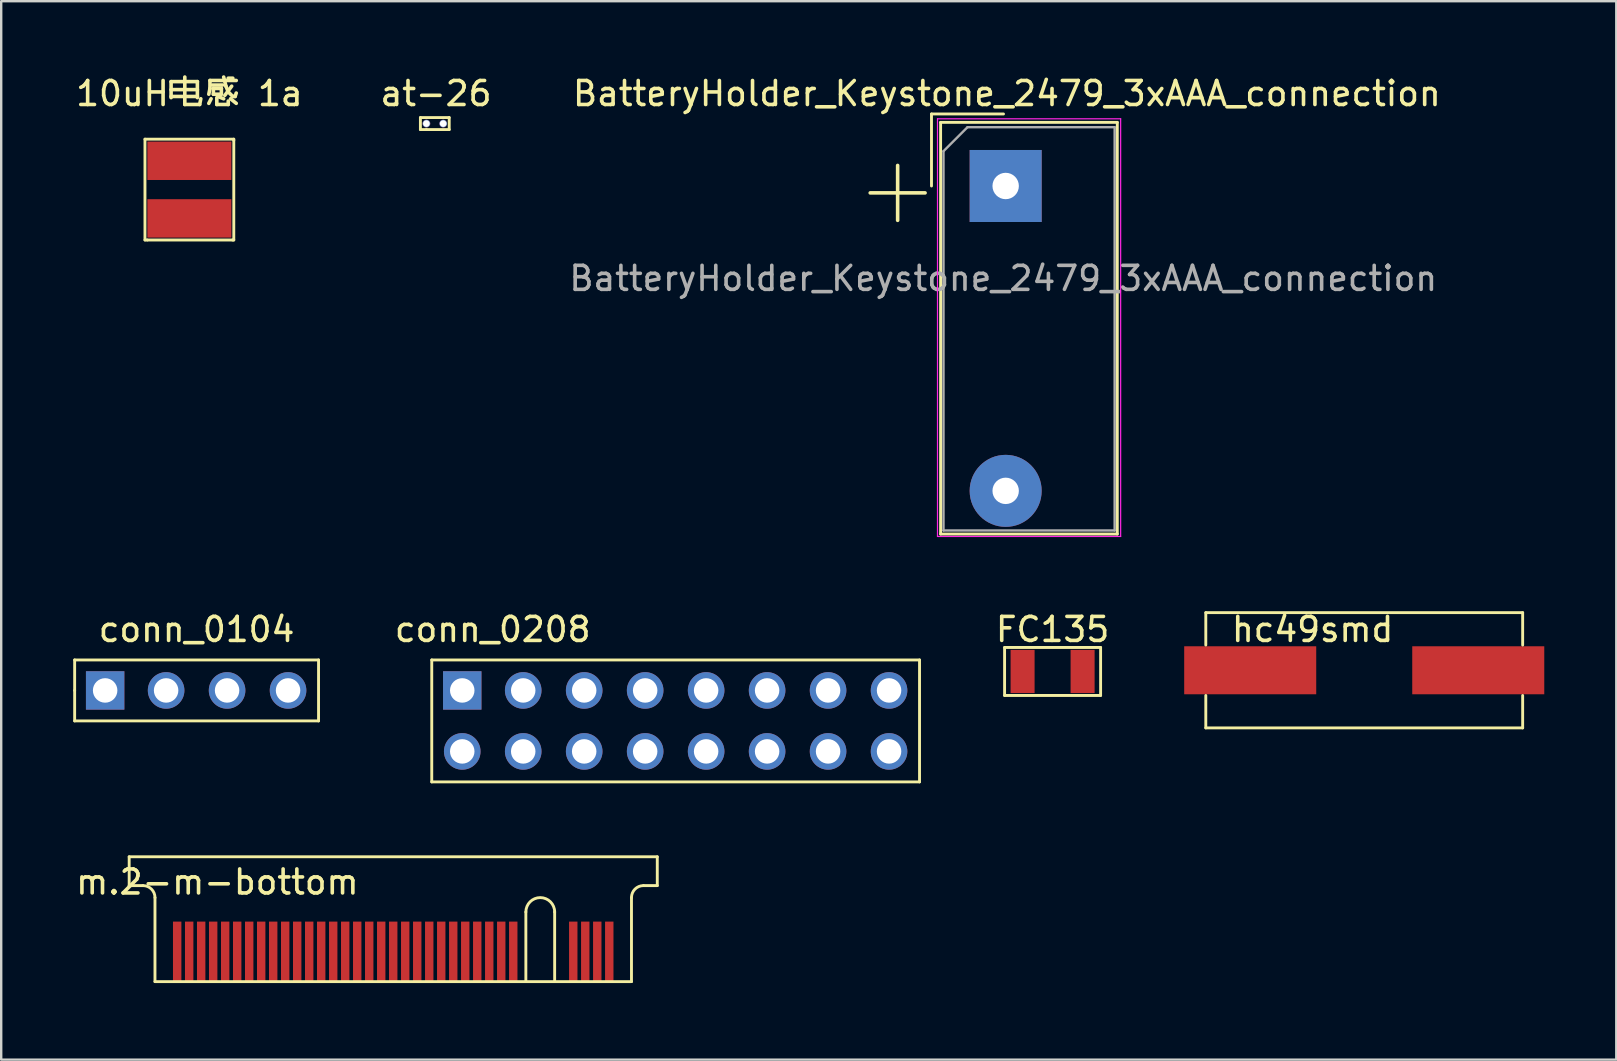
<source format=kicad_pcb>
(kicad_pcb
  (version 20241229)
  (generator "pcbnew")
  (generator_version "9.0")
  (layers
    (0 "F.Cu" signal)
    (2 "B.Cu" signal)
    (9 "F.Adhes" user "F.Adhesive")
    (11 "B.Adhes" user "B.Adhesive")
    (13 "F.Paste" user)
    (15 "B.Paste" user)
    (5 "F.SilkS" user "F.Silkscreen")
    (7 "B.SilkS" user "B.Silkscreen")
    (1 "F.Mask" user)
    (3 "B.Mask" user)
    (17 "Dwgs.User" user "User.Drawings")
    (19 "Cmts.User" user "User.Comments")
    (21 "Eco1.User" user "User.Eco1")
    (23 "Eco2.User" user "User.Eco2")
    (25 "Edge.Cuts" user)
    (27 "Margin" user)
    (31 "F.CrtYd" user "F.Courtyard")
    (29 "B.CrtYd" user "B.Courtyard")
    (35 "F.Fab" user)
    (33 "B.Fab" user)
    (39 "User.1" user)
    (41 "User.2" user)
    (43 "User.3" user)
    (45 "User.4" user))
  (footprint "conn_0208"
    (layer "F.Cu")
    (at 16.206 26.982)
    (property "Reference" "conn_0208" (at 1.27 -3.81 0) (layer "F.SilkS") (effects (font (size 1 1) (thickness 0.15))))
    (attr through_hole)
    (fp_line (start -1.27 -2.54) (end -1.27 2.54) (stroke (width 0.12) (type solid)) (layer "F.SilkS"))
    (fp_line (start -1.27 2.54) (end 19.05 2.54) (stroke (width 0.12) (type solid)) (layer "F.SilkS"))
    (fp_line (start 19.05 -2.54) (end -1.27 -2.54) (stroke (width 0.12) (type solid)) (layer "F.SilkS"))
    (fp_line (start 19.05 2.54) (end 19.05 -2.54) (stroke (width 0.12) (type solid)) (layer "F.SilkS"))
    (pad "1" thru_hole rect (at 0 -1.27) (size 1.6 1.6) (drill 1.02) (layers "*.Cu" "*.Mask"))
    (pad "2" thru_hole circle (at 0 1.27) (size 1.524 1.524) (drill 1.02) (layers "*.Cu" "*.Mask"))
    (pad "3" thru_hole circle (at 2.54 -1.27) (size 1.524 1.524) (drill 1.02) (layers "*.Cu" "*.Mask"))
    (pad "4" thru_hole circle (at 2.54 1.27) (size 1.524 1.524) (drill 1.02) (layers "*.Cu" "*.Mask"))
    (pad "5" thru_hole circle (at 5.08 -1.27) (size 1.524 1.524) (drill 1.02) (layers "*.Cu" "*.Mask"))
    (pad "6" thru_hole circle (at 5.08 1.27) (size 1.524 1.524) (drill 1.02) (layers "*.Cu" "*.Mask"))
    (pad "7" thru_hole circle (at 7.62 -1.27) (size 1.524 1.524) (drill 1.02) (layers "*.Cu" "*.Mask"))
    (pad "8" thru_hole circle (at 7.62 1.27) (size 1.524 1.524) (drill 1.02) (layers "*.Cu" "*.Mask"))
    (pad "9" thru_hole circle (at 10.16 -1.27) (size 1.524 1.524) (drill 1.02) (layers "*.Cu" "*.Mask"))
    (pad "10" thru_hole circle (at 10.16 1.27) (size 1.524 1.524) (drill 1.02) (layers "*.Cu" "*.Mask"))
    (pad "11" thru_hole circle (at 12.7 -1.27) (size 1.524 1.524) (drill 1.02) (layers "*.Cu" "*.Mask"))
    (pad "12" thru_hole circle (at 12.7 1.27) (size 1.524 1.524) (drill 1.02) (layers "*.Cu" "*.Mask"))
    (pad "13" thru_hole circle (at 15.24 -1.27) (size 1.524 1.524) (drill 1.02) (layers "*.Cu" "*.Mask"))
    (pad "14" thru_hole circle (at 15.24 1.27) (size 1.524 1.524) (drill 1.02) (layers "*.Cu" "*.Mask"))
    (pad "15" thru_hole circle (at 17.78 -1.27) (size 1.524 1.524) (drill 1.02) (layers "*.Cu" "*.Mask"))
    (pad "16" thru_hole circle (at 17.78 1.27) (size 1.524 1.524) (drill 1.02) (layers "*.Cu" "*.Mask")))
  (footprint "m.2-m-bottom"
    (layer "F.Cu")
    (at 3.406 37.842)
    (property "Reference" "m.2-m-bottom" (at 2.6 -4.15 0) (layer "F.SilkS") (effects (font (size 1 1) (thickness 0.15))))
    (attr through_hole)
    (fp_line (start -1.075 -5.2) (end 20.925 -5.2) (stroke (width 0.12) (type solid)) (layer "F.SilkS"))
    (fp_line (start -1.075 -4) (end -1.075 -5.2) (stroke (width 0.12) (type solid)) (layer "F.SilkS"))
    (fp_line (start -0.5 -4) (end -1.075 -4) (stroke (width 0.12) (type solid)) (layer "F.SilkS"))
    (fp_line (start 0 0) (end 0 -3.5) (stroke (width 0.12) (type solid)) (layer "F.SilkS"))
    (fp_line (start 0 0) (end 19.85 0) (stroke (width 0.12) (type solid)) (layer "F.SilkS"))
    (fp_line (start 15.45 -2.9) (end 15.45 0) (stroke (width 0.12) (type solid)) (layer "F.SilkS"))
    (fp_line (start 16.65 -2.9) (end 16.65 0) (stroke (width 0.12) (type solid)) (layer "F.SilkS"))
    (fp_line (start 19.85 0) (end 19.85 -3.5) (stroke (width 0.12) (type solid)) (layer "F.SilkS"))
    (fp_line (start 20.35 -4) (end 20.925 -4) (stroke (width 0.12) (type solid)) (layer "F.SilkS"))
    (fp_line (start 20.925 -4) (end 20.925 -5.2) (stroke (width 0.12) (type solid)) (layer "F.SilkS"))
    (fp_arc (start -0.5 -4) (mid -0.146447 -3.853553) (end 0 -3.5) (stroke (width 0.12) (type solid)) (layer "F.SilkS"))
    (fp_arc (start 15.45 -2.9) (mid 16.05 -3.5) (end 16.65 -2.9) (stroke (width 0.12) (type solid)) (layer "F.SilkS"))
    (fp_arc (start 19.85 -3.5) (mid 19.996447 -3.853553) (end 20.35 -4) (stroke (width 0.12) (type solid)) (layer "F.SilkS"))
    (pad "2" smd rect (at 0.925 -1.25) (size 0.35 2.5) (layers "F.Cu" "F.Mask" "F.Paste"))
    (pad "4" smd rect (at 1.425 -1.25) (size 0.35 2.5) (layers "F.Cu" "F.Mask" "F.Paste"))
    (pad "6" smd rect (at 1.925 -1.25) (size 0.35 2.5) (layers "F.Cu" "F.Mask" "F.Paste"))
    (pad "8" smd rect (at 2.425 -1.25) (size 0.35 2.5) (layers "F.Cu" "F.Mask" "F.Paste"))
    (pad "10" smd rect (at 2.925 -1.25) (size 0.35 2.5) (layers "F.Cu" "F.Mask" "F.Paste"))
    (pad "12" smd rect (at 3.425 -1.25) (size 0.35 2.5) (layers "F.Cu" "F.Mask" "F.Paste"))
    (pad "14" smd rect (at 3.925 -1.25) (size 0.35 2.5) (layers "F.Cu" "F.Mask" "F.Paste"))
    (pad "16" smd rect (at 4.425 -1.25) (size 0.35 2.5) (layers "F.Cu" "F.Mask" "F.Paste"))
    (pad "18" smd rect (at 4.925 -1.25) (size 0.35 2.5) (layers "F.Cu" "F.Mask" "F.Paste"))
    (pad "20" smd rect (at 5.425 -1.25) (size 0.35 2.5) (layers "F.Cu" "F.Mask" "F.Paste"))
    (pad "22" smd rect (at 5.925 -1.25) (size 0.35 2.5) (layers "F.Cu" "F.Mask" "F.Paste"))
    (pad "24" smd rect (at 6.425 -1.25) (size 0.35 2.5) (layers "F.Cu" "F.Mask" "F.Paste"))
    (pad "26" smd rect (at 6.925 -1.25) (size 0.35 2.5) (layers "F.Cu" "F.Mask" "F.Paste"))
    (pad "28" smd rect (at 7.425 -1.25) (size 0.35 2.5) (layers "F.Cu" "F.Mask" "F.Paste"))
    (pad "30" smd rect (at 7.925 -1.25) (size 0.35 2.5) (layers "F.Cu" "F.Mask" "F.Paste"))
    (pad "32" smd rect (at 8.425 -1.25) (size 0.35 2.5) (layers "F.Cu" "F.Mask" "F.Paste"))
    (pad "34" smd rect (at 8.925 -1.25) (size 0.35 2.5) (layers "F.Cu" "F.Mask" "F.Paste"))
    (pad "36" smd rect (at 9.425 -1.25) (size 0.35 2.5) (layers "F.Cu" "F.Mask" "F.Paste"))
    (pad "38" smd rect (at 9.925 -1.25) (size 0.35 2.5) (layers "F.Cu" "F.Mask" "F.Paste"))
    (pad "40" smd rect (at 10.425 -1.25) (size 0.35 2.5) (layers "F.Cu" "F.Mask" "F.Paste"))
    (pad "42" smd rect (at 10.925 -1.25) (size 0.35 2.5) (layers "F.Cu" "F.Mask" "F.Paste"))
    (pad "44" smd rect (at 11.425 -1.25) (size 0.35 2.5) (layers "F.Cu" "F.Mask" "F.Paste"))
    (pad "46" smd rect (at 11.925 -1.25) (size 0.35 2.5) (layers "F.Cu" "F.Mask" "F.Paste"))
    (pad "48" smd rect (at 12.425 -1.25) (size 0.35 2.5) (layers "F.Cu" "F.Mask" "F.Paste"))
    (pad "50" smd rect (at 12.925 -1.25) (size 0.35 2.5) (layers "F.Cu" "F.Mask" "F.Paste"))
    (pad "52" smd rect (at 13.425 -1.25) (size 0.35 2.5) (layers "F.Cu" "F.Mask" "F.Paste"))
    (pad "54" smd rect (at 13.925 -1.25) (size 0.35 2.5) (layers "F.Cu" "F.Mask" "F.Paste"))
    (pad "56" smd rect (at 14.425 -1.25) (size 0.35 2.5) (layers "F.Cu" "F.Mask" "F.Paste"))
    (pad "58" smd rect (at 14.925 -1.25) (size 0.35 2.5) (layers "F.Cu" "F.Mask" "F.Paste"))
    (pad "68" smd rect (at 17.425 -1.25) (size 0.35 2.5) (layers "F.Cu" "F.Mask" "F.Paste"))
    (pad "70" smd rect (at 17.925 -1.25) (size 0.35 2.5) (layers "F.Cu" "F.Mask" "F.Paste"))
    (pad "72" smd rect (at 18.425 -1.25) (size 0.35 2.5) (layers "F.Cu" "F.Mask" "F.Paste"))
    (pad "74" smd rect (at 18.925 -1.25) (size 0.35 2.5) (layers "F.Cu" "F.Mask" "F.Paste")))
  (footprint "at-26"
    (layer "F.Cu")
    (at 14.713 2.098)
    (property "Reference" "at-26" (at 0.4 -1.25 0) (layer "F.SilkS") (effects (font (size 1 1) (thickness 0.15))))
    (attr through_hole)
    (fp_line (start -0.25 -0.25) (end 0.95 -0.25) (stroke (width 0.12) (type solid)) (layer "F.SilkS"))
    (fp_line (start -0.25 0.25) (end -0.25 -0.25) (stroke (width 0.12) (type solid)) (layer "F.SilkS"))
    (fp_line (start 0 0.25) (end -0.25 0.25) (stroke (width 0.12) (type solid)) (layer "F.SilkS"))
    (fp_line (start 0 0.25) (end 0.95 0.25) (stroke (width 0.12) (type solid)) (layer "F.SilkS"))
    (fp_line (start 0.95 0.25) (end 0.95 -0.25) (stroke (width 0.12) (type solid)) (layer "F.SilkS"))
    (pad "1" thru_hole circle (at 0 0) (size 0.32 0.32) (drill 0.28) (layers "*.Cu" "*.Mask"))
    (pad "2" thru_hole circle (at 0.7 0) (size 0.32 0.32) (drill 0.28) (layers "*.Cu" "*.Mask")))
  (footprint "conn_0104"
    (layer "F.Cu")
    (at 5.14 25.712)
    (property "Reference" "conn_0104" (at 0 -2.54 0) (layer "F.SilkS") (effects (font (size 1 1) (thickness 0.15))))
    (attr through_hole)
    (fp_line (start -5.08 -1.27) (end 5.08 -1.27) (stroke (width 0.12) (type solid)) (layer "F.SilkS"))
    (fp_line (start -5.08 0) (end -5.08 -1.27) (stroke (width 0.12) (type solid)) (layer "F.SilkS"))
    (fp_line (start -5.08 1.27) (end -5.08 0) (stroke (width 0.12) (type solid)) (layer "F.SilkS"))
    (fp_line (start 5.08 -1.27) (end 5.08 1.27) (stroke (width 0.12) (type solid)) (layer "F.SilkS"))
    (fp_line (start 5.08 1.27) (end -5.08 1.27) (stroke (width 0.12) (type solid)) (layer "F.SilkS"))
    (pad "1" thru_hole rect (at -3.81 0) (size 1.6 1.6) (drill 1.02) (layers "*.Cu" "*.Mask"))
    (pad "2" thru_hole circle (at -1.27 0) (size 1.524 1.524) (drill 1.02) (layers "*.Cu" "*.Mask"))
    (pad "3" thru_hole circle (at 1.27 0) (size 1.524 1.524) (drill 1.02) (layers "*.Cu" "*.Mask"))
    (pad "4" thru_hole circle (at 3.81 0) (size 1.524 1.524) (drill 1.02) (layers "*.Cu" "*.Mask")))
  (footprint "hc49smd"
    (layer "F.Cu")
    (at 53.781 24.872)
    (property "Reference" "hc49smd" (at -2.15 -1.7 0) (layer "F.SilkS") (effects (font (size 1 1) (thickness 0.15))))
    (attr through_hole)
    (fp_line (start -6.6 -2.4) (end -6.6 -1.05) (stroke (width 0.12) (type solid)) (layer "F.SilkS"))
    (fp_line (start -6.6 2.4) (end -6.6 1.05) (stroke (width 0.12) (type solid)) (layer "F.SilkS"))
    (fp_line (start -6.6 2.4) (end 6.6 2.4) (stroke (width 0.12) (type solid)) (layer "F.SilkS"))
    (fp_line (start 6.6 -2.4) (end -6.6 -2.4) (stroke (width 0.12) (type solid)) (layer "F.SilkS"))
    (fp_line (start 6.6 -2.4) (end 6.6 -1.05) (stroke (width 0.12) (type solid)) (layer "F.SilkS"))
    (fp_line (start 6.6 2.4) (end 6.6 1.05) (stroke (width 0.12) (type solid)) (layer "F.SilkS"))
    (pad "1" smd rect (at 4.75 0) (size 5.5 2) (layers "F.Cu" "F.Mask" "F.Paste"))
    (pad "2" smd rect (at -4.75 0) (size 5.5 2) (layers "F.Cu" "F.Mask" "F.Paste")))
  (footprint "10uH电感 1a"
    (layer "F.Cu")
    (at 4.839 4.848)
    (property "Reference" "10uH电感 1a" (at 0 -4 0) (layer "F.SilkS") (effects (font (size 1 1) (thickness 0.15))))
    (attr through_hole)
    (fp_line (start -1.85 -2.1) (end -1.85 2.1) (stroke (width 0.12) (type solid)) (layer "F.SilkS"))
    (fp_line (start -1.85 2.1) (end -1.75 2.1) (stroke (width 0.12) (type solid)) (layer "F.SilkS"))
    (fp_line (start -1.75 2.1) (end 1.8 2.1) (stroke (width 0.12) (type solid)) (layer "F.SilkS"))
    (fp_line (start 1.8 2.1) (end 1.85 2.1) (stroke (width 0.12) (type solid)) (layer "F.SilkS"))
    (fp_line (start 1.85 -2.1) (end -1.85 -2.1) (stroke (width 0.12) (type solid)) (layer "F.SilkS"))
    (fp_line (start 1.85 -2.05) (end 1.85 -2.1) (stroke (width 0.12) (type solid)) (layer "F.SilkS"))
    (fp_line (start 1.85 2.1) (end 1.85 -2.05) (stroke (width 0.12) (type solid)) (layer "F.SilkS"))
    (pad "1" smd rect (at 0 -1.2) (size 3.5 1.6) (layers "F.Cu" "F.Mask" "F.Paste"))
    (pad "2" smd rect (at 0 1.2) (size 3.5 1.6) (layers "F.Cu" "F.Mask" "F.Paste")))
  (footprint "BatteryHolder_Keystone_2479_3xAAA_connection"
    (layer "F.Cu")
    (at 38.844 4.698)
    (property "Reference" "BatteryHolder_Keystone_2479_3xAAA_connection" (at 0.05 -3.85 0) (layer "F.SilkS") (effects (font (size 1 1) (thickness 0.15))))
    (attr through_hole)
    (fp_line (start -3.09 -3) (end -0.09 -3) (stroke (width 0.12) (type solid)) (layer "F.SilkS"))
    (fp_line (start -3.09 0) (end -3.09 -3) (stroke (width 0.12) (type solid)) (layer "F.SilkS"))
    (fp_line (start -2.71 -2.65) (end -2.71 14.5) (stroke (width 0.12) (type solid)) (layer "F.SilkS"))
    (fp_line (start -2.71 -2.65) (end 4.65 -2.65) (stroke (width 0.12) (type solid)) (layer "F.SilkS"))
    (fp_line (start -2.71 14.5) (end 4.65 14.5) (stroke (width 0.12) (type solid)) (layer "F.SilkS"))
    (fp_line (start 4.65 -2.65) (end 4.65 14.5) (stroke (width 0.12) (type solid)) (layer "F.SilkS"))
    (fp_line (start -2.84 -2.8) (end -2.84 14.6) (stroke (width 0.05) (type solid)) (layer "F.CrtYd"))
    (fp_line (start -2.84 -2.8) (end 4.79 -2.8) (stroke (width 0.05) (type solid)) (layer "F.CrtYd"))
    (fp_line (start -2.84 14.6) (end 4.79 14.6) (stroke (width 0.05) (type solid)) (layer "F.CrtYd"))
    (fp_line (start 4.79 -2.8) (end 4.79 14.6) (stroke (width 0.05) (type solid)) (layer "F.CrtYd"))
    (fp_line (start -2.59 -1.45) (end -1.59 -2.45) (stroke (width 0.1) (type solid)) (layer "F.Fab"))
    (fp_line (start -2.59 14.35) (end -2.59 -1.45) (stroke (width 0.1) (type solid)) (layer "F.Fab"))
    (fp_line (start -1.59 -2.45) (end 4.54 -2.45) (stroke (width 0.1) (type solid)) (layer "F.Fab"))
    (fp_line (start 4.54 -2.45) (end 4.54 14.35) (stroke (width 0.1) (type solid)) (layer "F.Fab"))
    (fp_line (start 4.54 14.35) (end -2.59 14.35) (stroke (width 0.1) (type solid)) (layer "F.Fab"))
    (fp_text user "+" (at -4.5 0.05 0) (layer "F.SilkS") (effects (font (size 3 3) (thickness 0.15))))
    (fp_text user "${REFERENCE}" (at -0.1 3.85 0) (layer "F.Fab") (effects (font (size 1 1) (thickness 0.15))))
    (pad "1" thru_hole rect (at 0 0) (size 3 3) (drill 1.1) (layers "*.Cu" "*.Mask"))
    (pad "2" thru_hole circle (at 0 12.7) (size 3 3) (drill 1.1) (layers "*.Cu" "*.Mask")))
  (footprint "FC135"
    (layer "F.Cu")
    (at 40.799 24.922)
    (property "Reference" "FC135" (at 0 -1.75 0) (layer "F.SilkS") (effects (font (size 1 1) (thickness 0.15))))
    (attr through_hole)
    (fp_line (start -2 -1) (end -2 1) (stroke (width 0.12) (type solid)) (layer "F.SilkS"))
    (fp_line (start -2 1) (end 2 1) (stroke (width 0.12) (type solid)) (layer "F.SilkS"))
    (fp_line (start 2 -1) (end -2 -1) (stroke (width 0.12) (type solid)) (layer "F.SilkS"))
    (fp_line (start 2 1) (end 2 -1) (stroke (width 0.12) (type solid)) (layer "F.SilkS"))
    (pad "1" smd rect (at -1.25 0) (size 1 1.8) (layers "F.Cu" "F.Mask" "F.Paste"))
    (pad "2" smd rect (at 1.25 0) (size 1 1.8) (layers "F.Cu" "F.Mask" "F.Paste")))
  (gr_rect
    (start -3 -3)
    (end 64.281 41.092)
    (stroke (width 0.1) (type default))
    (fill no)
    (layer "Edge.Cuts")))
</source>
